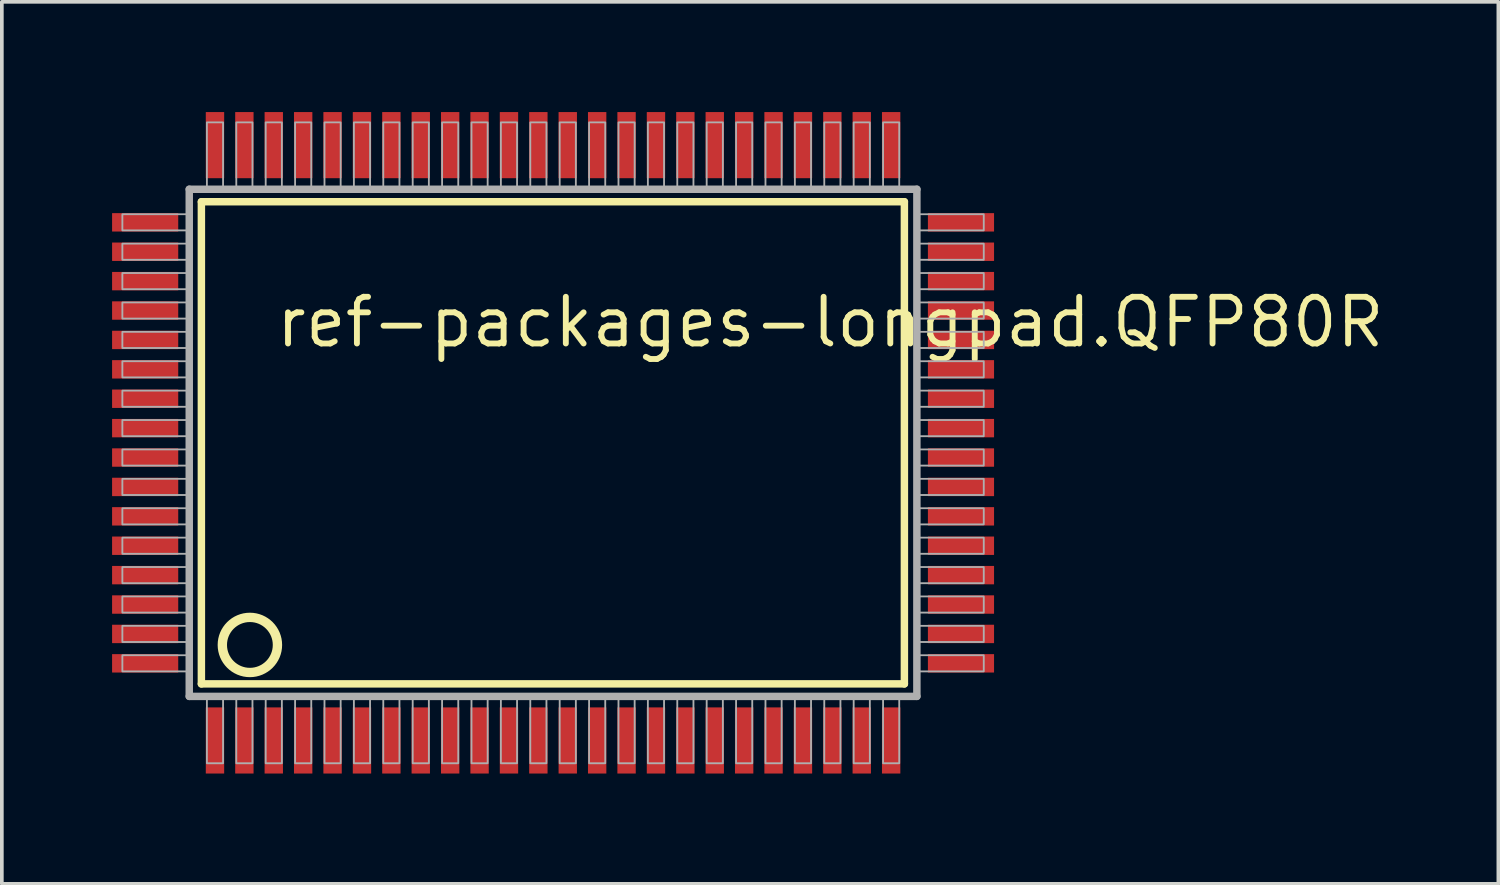
<source format=kicad_pcb>
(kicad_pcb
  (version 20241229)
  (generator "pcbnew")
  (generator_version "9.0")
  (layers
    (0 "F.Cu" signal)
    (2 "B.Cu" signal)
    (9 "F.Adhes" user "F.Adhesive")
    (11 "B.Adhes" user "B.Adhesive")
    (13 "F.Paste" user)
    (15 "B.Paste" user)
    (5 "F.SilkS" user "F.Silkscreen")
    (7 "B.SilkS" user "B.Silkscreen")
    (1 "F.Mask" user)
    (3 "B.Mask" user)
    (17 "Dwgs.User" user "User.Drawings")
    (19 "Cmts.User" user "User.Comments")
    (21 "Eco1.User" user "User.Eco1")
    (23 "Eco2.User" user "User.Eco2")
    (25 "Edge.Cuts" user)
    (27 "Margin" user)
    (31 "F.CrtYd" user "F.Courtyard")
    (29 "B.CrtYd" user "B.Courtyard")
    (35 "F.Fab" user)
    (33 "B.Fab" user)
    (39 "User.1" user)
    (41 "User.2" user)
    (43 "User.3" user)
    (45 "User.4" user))
  (footprint "ref-packages-longpad.QFP80R"
    (layer "F.Cu")
    (at 12 9)
    (property "Reference" "ref-packages-longpad.QFP80R" (at -7.62 -2.54 0) (layer "F.SilkS") (effects (font (size 1.27 1.27) (thickness 0.16)) (justify left bottom)))
    (attr smd)
    (fp_line (start -9.57 -6.56) (end 9.56 -6.56) (stroke (width 0.203) (type default)) (layer "F.SilkS"))
    (fp_line (start -9.57 6.56) (end -9.57 -6.56) (stroke (width 0.203) (type default)) (layer "F.SilkS"))
    (fp_line (start 9.56 -6.56) (end 9.56 6.56) (stroke (width 0.203) (type default)) (layer "F.SilkS"))
    (fp_line (start 9.56 6.56) (end -9.57 6.56) (stroke (width 0.203) (type default)) (layer "F.SilkS"))
    (fp_circle (center -8.25 5.5) (end -7.5 5.5) (stroke (width 0.254) (type default)) (fill no) (layer "F.SilkS"))
    (fp_line (start -9.9 -6.9) (end -9.9 6.9) (stroke (width 0.203) (type default)) (layer "F.Fab"))
    (fp_line (start -9.9 6.9) (end 9.9 6.9) (stroke (width 0.203) (type default)) (layer "F.Fab"))
    (fp_line (start 9.9 -6.9) (end -9.9 -6.9) (stroke (width 0.203) (type default)) (layer "F.Fab"))
    (fp_line (start 9.9 6.9) (end 9.9 -6.9) (stroke (width 0.203) (type default)) (layer "F.Fab"))
    (fp_rect (start -11.72 -5.78) (end -9.95 -6.22) (stroke (width 0.05) (type default)) (fill no) (layer "F.Fab"))
    (fp_rect (start -11.72 -4.98) (end -9.95 -5.42) (stroke (width 0.05) (type default)) (fill no) (layer "F.Fab"))
    (fp_rect (start -11.72 -4.18) (end -9.95 -4.62) (stroke (width 0.05) (type default)) (fill no) (layer "F.Fab"))
    (fp_rect (start -11.72 -3.38) (end -9.95 -3.82) (stroke (width 0.05) (type default)) (fill no) (layer "F.Fab"))
    (fp_rect (start -11.72 -2.58) (end -9.95 -3.02) (stroke (width 0.05) (type default)) (fill no) (layer "F.Fab"))
    (fp_rect (start -11.72 -1.78) (end -9.95 -2.22) (stroke (width 0.05) (type default)) (fill no) (layer "F.Fab"))
    (fp_rect (start -11.72 -0.98) (end -9.95 -1.42) (stroke (width 0.05) (type default)) (fill no) (layer "F.Fab"))
    (fp_rect (start -11.72 -0.18) (end -9.95 -0.62) (stroke (width 0.05) (type default)) (fill no) (layer "F.Fab"))
    (fp_rect (start -11.72 0.62) (end -9.95 0.18) (stroke (width 0.05) (type default)) (fill no) (layer "F.Fab"))
    (fp_rect (start -11.72 1.42) (end -9.95 0.98) (stroke (width 0.05) (type default)) (fill no) (layer "F.Fab"))
    (fp_rect (start -11.72 2.22) (end -9.95 1.78) (stroke (width 0.05) (type default)) (fill no) (layer "F.Fab"))
    (fp_rect (start -11.72 3.02) (end -9.95 2.58) (stroke (width 0.05) (type default)) (fill no) (layer "F.Fab"))
    (fp_rect (start -11.72 3.82) (end -9.95 3.38) (stroke (width 0.05) (type default)) (fill no) (layer "F.Fab"))
    (fp_rect (start -11.72 4.62) (end -9.95 4.18) (stroke (width 0.05) (type default)) (fill no) (layer "F.Fab"))
    (fp_rect (start -11.72 5.42) (end -9.95 4.98) (stroke (width 0.05) (type default)) (fill no) (layer "F.Fab"))
    (fp_rect (start -11.72 6.22) (end -9.95 5.78) (stroke (width 0.05) (type default)) (fill no) (layer "F.Fab"))
    (fp_rect (start -9.42 -6.95) (end -8.98 -8.72) (stroke (width 0.05) (type default)) (fill no) (layer "F.Fab"))
    (fp_rect (start -9.42 8.72) (end -8.98 6.95) (stroke (width 0.05) (type default)) (fill no) (layer "F.Fab"))
    (fp_rect (start -8.62 -6.95) (end -8.18 -8.72) (stroke (width 0.05) (type default)) (fill no) (layer "F.Fab"))
    (fp_rect (start -8.62 8.72) (end -8.18 6.95) (stroke (width 0.05) (type default)) (fill no) (layer "F.Fab"))
    (fp_rect (start -7.82 -6.95) (end -7.38 -8.72) (stroke (width 0.05) (type default)) (fill no) (layer "F.Fab"))
    (fp_rect (start -7.82 8.72) (end -7.38 6.95) (stroke (width 0.05) (type default)) (fill no) (layer "F.Fab"))
    (fp_rect (start -7.02 -6.95) (end -6.58 -8.72) (stroke (width 0.05) (type default)) (fill no) (layer "F.Fab"))
    (fp_rect (start -7.02 8.72) (end -6.58 6.95) (stroke (width 0.05) (type default)) (fill no) (layer "F.Fab"))
    (fp_rect (start -6.22 -6.95) (end -5.78 -8.72) (stroke (width 0.05) (type default)) (fill no) (layer "F.Fab"))
    (fp_rect (start -6.22 8.72) (end -5.78 6.95) (stroke (width 0.05) (type default)) (fill no) (layer "F.Fab"))
    (fp_rect (start -5.42 -6.95) (end -4.98 -8.72) (stroke (width 0.05) (type default)) (fill no) (layer "F.Fab"))
    (fp_rect (start -5.42 8.72) (end -4.98 6.95) (stroke (width 0.05) (type default)) (fill no) (layer "F.Fab"))
    (fp_rect (start -4.62 -6.95) (end -4.18 -8.72) (stroke (width 0.05) (type default)) (fill no) (layer "F.Fab"))
    (fp_rect (start -4.62 8.72) (end -4.18 6.95) (stroke (width 0.05) (type default)) (fill no) (layer "F.Fab"))
    (fp_rect (start -3.82 -6.95) (end -3.38 -8.72) (stroke (width 0.05) (type default)) (fill no) (layer "F.Fab"))
    (fp_rect (start -3.82 8.72) (end -3.38 6.95) (stroke (width 0.05) (type default)) (fill no) (layer "F.Fab"))
    (fp_rect (start -3.02 -6.95) (end -2.58 -8.72) (stroke (width 0.05) (type default)) (fill no) (layer "F.Fab"))
    (fp_rect (start -3.02 8.72) (end -2.58 6.95) (stroke (width 0.05) (type default)) (fill no) (layer "F.Fab"))
    (fp_rect (start -2.22 -6.95) (end -1.78 -8.72) (stroke (width 0.05) (type default)) (fill no) (layer "F.Fab"))
    (fp_rect (start -2.22 8.72) (end -1.78 6.95) (stroke (width 0.05) (type default)) (fill no) (layer "F.Fab"))
    (fp_rect (start -1.42 -6.95) (end -0.98 -8.72) (stroke (width 0.05) (type default)) (fill no) (layer "F.Fab"))
    (fp_rect (start -1.42 8.72) (end -0.98 6.95) (stroke (width 0.05) (type default)) (fill no) (layer "F.Fab"))
    (fp_rect (start -0.62 -6.95) (end -0.18 -8.72) (stroke (width 0.05) (type default)) (fill no) (layer "F.Fab"))
    (fp_rect (start -0.62 8.72) (end -0.18 6.95) (stroke (width 0.05) (type default)) (fill no) (layer "F.Fab"))
    (fp_rect (start 0.18 -6.95) (end 0.62 -8.72) (stroke (width 0.05) (type default)) (fill no) (layer "F.Fab"))
    (fp_rect (start 0.18 8.72) (end 0.62 6.95) (stroke (width 0.05) (type default)) (fill no) (layer "F.Fab"))
    (fp_rect (start 0.98 -6.95) (end 1.42 -8.72) (stroke (width 0.05) (type default)) (fill no) (layer "F.Fab"))
    (fp_rect (start 0.98 8.72) (end 1.42 6.95) (stroke (width 0.05) (type default)) (fill no) (layer "F.Fab"))
    (fp_rect (start 1.78 -6.95) (end 2.22 -8.72) (stroke (width 0.05) (type default)) (fill no) (layer "F.Fab"))
    (fp_rect (start 1.78 8.72) (end 2.22 6.95) (stroke (width 0.05) (type default)) (fill no) (layer "F.Fab"))
    (fp_rect (start 2.58 -6.95) (end 3.02 -8.72) (stroke (width 0.05) (type default)) (fill no) (layer "F.Fab"))
    (fp_rect (start 2.58 8.72) (end 3.02 6.95) (stroke (width 0.05) (type default)) (fill no) (layer "F.Fab"))
    (fp_rect (start 3.38 -6.95) (end 3.82 -8.72) (stroke (width 0.05) (type default)) (fill no) (layer "F.Fab"))
    (fp_rect (start 3.38 8.72) (end 3.82 6.95) (stroke (width 0.05) (type default)) (fill no) (layer "F.Fab"))
    (fp_rect (start 4.18 -6.95) (end 4.62 -8.72) (stroke (width 0.05) (type default)) (fill no) (layer "F.Fab"))
    (fp_rect (start 4.18 8.72) (end 4.62 6.95) (stroke (width 0.05) (type default)) (fill no) (layer "F.Fab"))
    (fp_rect (start 4.98 -6.95) (end 5.42 -8.72) (stroke (width 0.05) (type default)) (fill no) (layer "F.Fab"))
    (fp_rect (start 4.98 8.72) (end 5.42 6.95) (stroke (width 0.05) (type default)) (fill no) (layer "F.Fab"))
    (fp_rect (start 5.78 -6.95) (end 6.22 -8.72) (stroke (width 0.05) (type default)) (fill no) (layer "F.Fab"))
    (fp_rect (start 5.78 8.72) (end 6.22 6.95) (stroke (width 0.05) (type default)) (fill no) (layer "F.Fab"))
    (fp_rect (start 6.58 -6.95) (end 7.02 -8.72) (stroke (width 0.05) (type default)) (fill no) (layer "F.Fab"))
    (fp_rect (start 6.58 8.72) (end 7.02 6.95) (stroke (width 0.05) (type default)) (fill no) (layer "F.Fab"))
    (fp_rect (start 7.38 -6.95) (end 7.82 -8.72) (stroke (width 0.05) (type default)) (fill no) (layer "F.Fab"))
    (fp_rect (start 7.38 8.72) (end 7.82 6.95) (stroke (width 0.05) (type default)) (fill no) (layer "F.Fab"))
    (fp_rect (start 8.18 -6.95) (end 8.62 -8.72) (stroke (width 0.05) (type default)) (fill no) (layer "F.Fab"))
    (fp_rect (start 8.18 8.72) (end 8.62 6.95) (stroke (width 0.05) (type default)) (fill no) (layer "F.Fab"))
    (fp_rect (start 8.98 -6.95) (end 9.42 -8.72) (stroke (width 0.05) (type default)) (fill no) (layer "F.Fab"))
    (fp_rect (start 8.98 8.72) (end 9.42 6.95) (stroke (width 0.05) (type default)) (fill no) (layer "F.Fab"))
    (fp_rect (start 9.95 -5.78) (end 11.72 -6.22) (stroke (width 0.05) (type default)) (fill no) (layer "F.Fab"))
    (fp_rect (start 9.95 -4.98) (end 11.72 -5.42) (stroke (width 0.05) (type default)) (fill no) (layer "F.Fab"))
    (fp_rect (start 9.95 -4.18) (end 11.72 -4.62) (stroke (width 0.05) (type default)) (fill no) (layer "F.Fab"))
    (fp_rect (start 9.95 -3.38) (end 11.72 -3.82) (stroke (width 0.05) (type default)) (fill no) (layer "F.Fab"))
    (fp_rect (start 9.95 -2.58) (end 11.72 -3.02) (stroke (width 0.05) (type default)) (fill no) (layer "F.Fab"))
    (fp_rect (start 9.95 -1.78) (end 11.72 -2.22) (stroke (width 0.05) (type default)) (fill no) (layer "F.Fab"))
    (fp_rect (start 9.95 -0.98) (end 11.72 -1.42) (stroke (width 0.05) (type default)) (fill no) (layer "F.Fab"))
    (fp_rect (start 9.95 -0.18) (end 11.72 -0.62) (stroke (width 0.05) (type default)) (fill no) (layer "F.Fab"))
    (fp_rect (start 9.95 0.62) (end 11.72 0.18) (stroke (width 0.05) (type default)) (fill no) (layer "F.Fab"))
    (fp_rect (start 9.95 1.42) (end 11.72 0.98) (stroke (width 0.05) (type default)) (fill no) (layer "F.Fab"))
    (fp_rect (start 9.95 2.22) (end 11.72 1.78) (stroke (width 0.05) (type default)) (fill no) (layer "F.Fab"))
    (fp_rect (start 9.95 3.02) (end 11.72 2.58) (stroke (width 0.05) (type default)) (fill no) (layer "F.Fab"))
    (fp_rect (start 9.95 3.82) (end 11.72 3.38) (stroke (width 0.05) (type default)) (fill no) (layer "F.Fab"))
    (fp_rect (start 9.95 4.62) (end 11.72 4.18) (stroke (width 0.05) (type default)) (fill no) (layer "F.Fab"))
    (fp_rect (start 9.95 5.42) (end 11.72 4.98) (stroke (width 0.05) (type default)) (fill no) (layer "F.Fab"))
    (fp_rect (start 9.95 6.22) (end 11.72 5.78) (stroke (width 0.05) (type default)) (fill no) (layer "F.Fab"))
    (pad "1" smd roundrect (at -9.2 8.1) (size 0.5 1.8) (layers "F.Cu" "F.Mask" "F.Paste") (roundrect_rratio 0.01))
    (pad "2" smd roundrect (at -8.4 8.1) (size 0.5 1.8) (layers "F.Cu" "F.Mask" "F.Paste") (roundrect_rratio 0.01))
    (pad "3" smd roundrect (at -7.6 8.1) (size 0.5 1.8) (layers "F.Cu" "F.Mask" "F.Paste") (roundrect_rratio 0.01))
    (pad "4" smd roundrect (at -6.8 8.1) (size 0.5 1.8) (layers "F.Cu" "F.Mask" "F.Paste") (roundrect_rratio 0.01))
    (pad "5" smd roundrect (at -6 8.1) (size 0.5 1.8) (layers "F.Cu" "F.Mask" "F.Paste") (roundrect_rratio 0.01))
    (pad "6" smd roundrect (at -5.2 8.1) (size 0.5 1.8) (layers "F.Cu" "F.Mask" "F.Paste") (roundrect_rratio 0.01))
    (pad "7" smd roundrect (at -4.4 8.1) (size 0.5 1.8) (layers "F.Cu" "F.Mask" "F.Paste") (roundrect_rratio 0.01))
    (pad "8" smd roundrect (at -3.6 8.1) (size 0.5 1.8) (layers "F.Cu" "F.Mask" "F.Paste") (roundrect_rratio 0.01))
    (pad "9" smd roundrect (at -2.8 8.1) (size 0.5 1.8) (layers "F.Cu" "F.Mask" "F.Paste") (roundrect_rratio 0.01))
    (pad "10" smd roundrect (at -2 8.1) (size 0.5 1.8) (layers "F.Cu" "F.Mask" "F.Paste") (roundrect_rratio 0.01))
    (pad "11" smd roundrect (at -1.2 8.1) (size 0.5 1.8) (layers "F.Cu" "F.Mask" "F.Paste") (roundrect_rratio 0.01))
    (pad "12" smd roundrect (at -0.4 8.1) (size 0.5 1.8) (layers "F.Cu" "F.Mask" "F.Paste") (roundrect_rratio 0.01))
    (pad "13" smd roundrect (at 0.4 8.1) (size 0.5 1.8) (layers "F.Cu" "F.Mask" "F.Paste") (roundrect_rratio 0.01))
    (pad "14" smd roundrect (at 1.2 8.1) (size 0.5 1.8) (layers "F.Cu" "F.Mask" "F.Paste") (roundrect_rratio 0.01))
    (pad "15" smd roundrect (at 2 8.1) (size 0.5 1.8) (layers "F.Cu" "F.Mask" "F.Paste") (roundrect_rratio 0.01))
    (pad "16" smd roundrect (at 2.8 8.1) (size 0.5 1.8) (layers "F.Cu" "F.Mask" "F.Paste") (roundrect_rratio 0.01))
    (pad "17" smd roundrect (at 3.6 8.1) (size 0.5 1.8) (layers "F.Cu" "F.Mask" "F.Paste") (roundrect_rratio 0.01))
    (pad "18" smd roundrect (at 4.4 8.1) (size 0.5 1.8) (layers "F.Cu" "F.Mask" "F.Paste") (roundrect_rratio 0.01))
    (pad "19" smd roundrect (at 5.2 8.1) (size 0.5 1.8) (layers "F.Cu" "F.Mask" "F.Paste") (roundrect_rratio 0.01))
    (pad "20" smd roundrect (at 6 8.1) (size 0.5 1.8) (layers "F.Cu" "F.Mask" "F.Paste") (roundrect_rratio 0.01))
    (pad "21" smd roundrect (at 6.8 8.1) (size 0.5 1.8) (layers "F.Cu" "F.Mask" "F.Paste") (roundrect_rratio 0.01))
    (pad "22" smd roundrect (at 7.6 8.1) (size 0.5 1.8) (layers "F.Cu" "F.Mask" "F.Paste") (roundrect_rratio 0.01))
    (pad "23" smd roundrect (at 8.4 8.1) (size 0.5 1.8) (layers "F.Cu" "F.Mask" "F.Paste") (roundrect_rratio 0.01))
    (pad "24" smd roundrect (at 9.2 8.1) (size 0.5 1.8) (layers "F.Cu" "F.Mask" "F.Paste") (roundrect_rratio 0.01))
    (pad "25" smd roundrect (at 11.1 6) (size 1.8 0.5) (layers "F.Cu" "F.Mask" "F.Paste") (roundrect_rratio 0.01))
    (pad "26" smd roundrect (at 11.1 5.2) (size 1.8 0.5) (layers "F.Cu" "F.Mask" "F.Paste") (roundrect_rratio 0.01))
    (pad "27" smd roundrect (at 11.1 4.4) (size 1.8 0.5) (layers "F.Cu" "F.Mask" "F.Paste") (roundrect_rratio 0.01))
    (pad "28" smd roundrect (at 11.1 3.6) (size 1.8 0.5) (layers "F.Cu" "F.Mask" "F.Paste") (roundrect_rratio 0.01))
    (pad "29" smd roundrect (at 11.1 2.8) (size 1.8 0.5) (layers "F.Cu" "F.Mask" "F.Paste") (roundrect_rratio 0.01))
    (pad "30" smd roundrect (at 11.1 2) (size 1.8 0.5) (layers "F.Cu" "F.Mask" "F.Paste") (roundrect_rratio 0.01))
    (pad "31" smd roundrect (at 11.1 1.2) (size 1.8 0.5) (layers "F.Cu" "F.Mask" "F.Paste") (roundrect_rratio 0.01))
    (pad "32" smd roundrect (at 11.1 0.4) (size 1.8 0.5) (layers "F.Cu" "F.Mask" "F.Paste") (roundrect_rratio 0.01))
    (pad "33" smd roundrect (at 11.1 -0.4) (size 1.8 0.5) (layers "F.Cu" "F.Mask" "F.Paste") (roundrect_rratio 0.01))
    (pad "34" smd roundrect (at 11.1 -1.2) (size 1.8 0.5) (layers "F.Cu" "F.Mask" "F.Paste") (roundrect_rratio 0.01))
    (pad "35" smd roundrect (at 11.1 -2) (size 1.8 0.5) (layers "F.Cu" "F.Mask" "F.Paste") (roundrect_rratio 0.01))
    (pad "36" smd roundrect (at 11.1 -2.8) (size 1.8 0.5) (layers "F.Cu" "F.Mask" "F.Paste") (roundrect_rratio 0.01))
    (pad "37" smd roundrect (at 11.1 -3.6) (size 1.8 0.5) (layers "F.Cu" "F.Mask" "F.Paste") (roundrect_rratio 0.01))
    (pad "38" smd roundrect (at 11.1 -4.4) (size 1.8 0.5) (layers "F.Cu" "F.Mask" "F.Paste") (roundrect_rratio 0.01))
    (pad "39" smd roundrect (at 11.1 -5.2) (size 1.8 0.5) (layers "F.Cu" "F.Mask" "F.Paste") (roundrect_rratio 0.01))
    (pad "40" smd roundrect (at 11.1 -6) (size 1.8 0.5) (layers "F.Cu" "F.Mask" "F.Paste") (roundrect_rratio 0.01))
    (pad "41" smd roundrect (at 9.2 -8.1) (size 0.5 1.8) (layers "F.Cu" "F.Mask" "F.Paste") (roundrect_rratio 0.01))
    (pad "42" smd roundrect (at 8.4 -8.1) (size 0.5 1.8) (layers "F.Cu" "F.Mask" "F.Paste") (roundrect_rratio 0.01))
    (pad "43" smd roundrect (at 7.6 -8.1) (size 0.5 1.8) (layers "F.Cu" "F.Mask" "F.Paste") (roundrect_rratio 0.01))
    (pad "44" smd roundrect (at 6.8 -8.1) (size 0.5 1.8) (layers "F.Cu" "F.Mask" "F.Paste") (roundrect_rratio 0.01))
    (pad "45" smd roundrect (at 6 -8.1) (size 0.5 1.8) (layers "F.Cu" "F.Mask" "F.Paste") (roundrect_rratio 0.01))
    (pad "46" smd roundrect (at 5.2 -8.1) (size 0.5 1.8) (layers "F.Cu" "F.Mask" "F.Paste") (roundrect_rratio 0.01))
    (pad "47" smd roundrect (at 4.4 -8.1) (size 0.5 1.8) (layers "F.Cu" "F.Mask" "F.Paste") (roundrect_rratio 0.01))
    (pad "48" smd roundrect (at 3.6 -8.1) (size 0.5 1.8) (layers "F.Cu" "F.Mask" "F.Paste") (roundrect_rratio 0.01))
    (pad "49" smd roundrect (at 2.8 -8.1) (size 0.5 1.8) (layers "F.Cu" "F.Mask" "F.Paste") (roundrect_rratio 0.01))
    (pad "50" smd roundrect (at 2 -8.1) (size 0.5 1.8) (layers "F.Cu" "F.Mask" "F.Paste") (roundrect_rratio 0.01))
    (pad "51" smd roundrect (at 1.2 -8.1) (size 0.5 1.8) (layers "F.Cu" "F.Mask" "F.Paste") (roundrect_rratio 0.01))
    (pad "52" smd roundrect (at 0.4 -8.1) (size 0.5 1.8) (layers "F.Cu" "F.Mask" "F.Paste") (roundrect_rratio 0.01))
    (pad "53" smd roundrect (at -0.4 -8.1) (size 0.5 1.8) (layers "F.Cu" "F.Mask" "F.Paste") (roundrect_rratio 0.01))
    (pad "54" smd roundrect (at -1.2 -8.1) (size 0.5 1.8) (layers "F.Cu" "F.Mask" "F.Paste") (roundrect_rratio 0.01))
    (pad "55" smd roundrect (at -2 -8.1) (size 0.5 1.8) (layers "F.Cu" "F.Mask" "F.Paste") (roundrect_rratio 0.01))
    (pad "56" smd roundrect (at -2.8 -8.1) (size 0.5 1.8) (layers "F.Cu" "F.Mask" "F.Paste") (roundrect_rratio 0.01))
    (pad "57" smd roundrect (at -3.6 -8.1) (size 0.5 1.8) (layers "F.Cu" "F.Mask" "F.Paste") (roundrect_rratio 0.01))
    (pad "58" smd roundrect (at -4.4 -8.1) (size 0.5 1.8) (layers "F.Cu" "F.Mask" "F.Paste") (roundrect_rratio 0.01))
    (pad "59" smd roundrect (at -5.2 -8.1) (size 0.5 1.8) (layers "F.Cu" "F.Mask" "F.Paste") (roundrect_rratio 0.01))
    (pad "60" smd roundrect (at -6 -8.1) (size 0.5 1.8) (layers "F.Cu" "F.Mask" "F.Paste") (roundrect_rratio 0.01))
    (pad "61" smd roundrect (at -6.8 -8.1) (size 0.5 1.8) (layers "F.Cu" "F.Mask" "F.Paste") (roundrect_rratio 0.01))
    (pad "62" smd roundrect (at -7.6 -8.1) (size 0.5 1.8) (layers "F.Cu" "F.Mask" "F.Paste") (roundrect_rratio 0.01))
    (pad "63" smd roundrect (at -8.4 -8.1) (size 0.5 1.8) (layers "F.Cu" "F.Mask" "F.Paste") (roundrect_rratio 0.01))
    (pad "64" smd roundrect (at -9.2 -8.1) (size 0.5 1.8) (layers "F.Cu" "F.Mask" "F.Paste") (roundrect_rratio 0.01))
    (pad "65" smd roundrect (at -11.1 -6) (size 1.8 0.5) (layers "F.Cu" "F.Mask" "F.Paste") (roundrect_rratio 0.01))
    (pad "66" smd roundrect (at -11.1 -5.2) (size 1.8 0.5) (layers "F.Cu" "F.Mask" "F.Paste") (roundrect_rratio 0.01))
    (pad "67" smd roundrect (at -11.1 -4.4) (size 1.8 0.5) (layers "F.Cu" "F.Mask" "F.Paste") (roundrect_rratio 0.01))
    (pad "68" smd roundrect (at -11.1 -3.6) (size 1.8 0.5) (layers "F.Cu" "F.Mask" "F.Paste") (roundrect_rratio 0.01))
    (pad "69" smd roundrect (at -11.1 -2.8) (size 1.8 0.5) (layers "F.Cu" "F.Mask" "F.Paste") (roundrect_rratio 0.01))
    (pad "70" smd roundrect (at -11.1 -2) (size 1.8 0.5) (layers "F.Cu" "F.Mask" "F.Paste") (roundrect_rratio 0.01))
    (pad "71" smd roundrect (at -11.1 -1.2) (size 1.8 0.5) (layers "F.Cu" "F.Mask" "F.Paste") (roundrect_rratio 0.01))
    (pad "72" smd roundrect (at -11.1 -0.4) (size 1.8 0.5) (layers "F.Cu" "F.Mask" "F.Paste") (roundrect_rratio 0.01))
    (pad "73" smd roundrect (at -11.1 0.4) (size 1.8 0.5) (layers "F.Cu" "F.Mask" "F.Paste") (roundrect_rratio 0.01))
    (pad "74" smd roundrect (at -11.1 1.2) (size 1.8 0.5) (layers "F.Cu" "F.Mask" "F.Paste") (roundrect_rratio 0.01))
    (pad "75" smd roundrect (at -11.1 2) (size 1.8 0.5) (layers "F.Cu" "F.Mask" "F.Paste") (roundrect_rratio 0.01))
    (pad "76" smd roundrect (at -11.1 2.8) (size 1.8 0.5) (layers "F.Cu" "F.Mask" "F.Paste") (roundrect_rratio 0.01))
    (pad "77" smd roundrect (at -11.1 3.6) (size 1.8 0.5) (layers "F.Cu" "F.Mask" "F.Paste") (roundrect_rratio 0.01))
    (pad "78" smd roundrect (at -11.1 4.4) (size 1.8 0.5) (layers "F.Cu" "F.Mask" "F.Paste") (roundrect_rratio 0.01))
    (pad "79" smd roundrect (at -11.1 5.2) (size 1.8 0.5) (layers "F.Cu" "F.Mask" "F.Paste") (roundrect_rratio 0.01))
    (pad "80" smd roundrect (at -11.1 6) (size 1.8 0.5) (layers "F.Cu" "F.Mask" "F.Paste") (roundrect_rratio 0.01)))
  (gr_rect
    (start -3 -3)
    (end 37.723 21)
    (stroke (width 0.1) (type default))
    (fill no)
    (layer "Edge.Cuts")))
</source>
